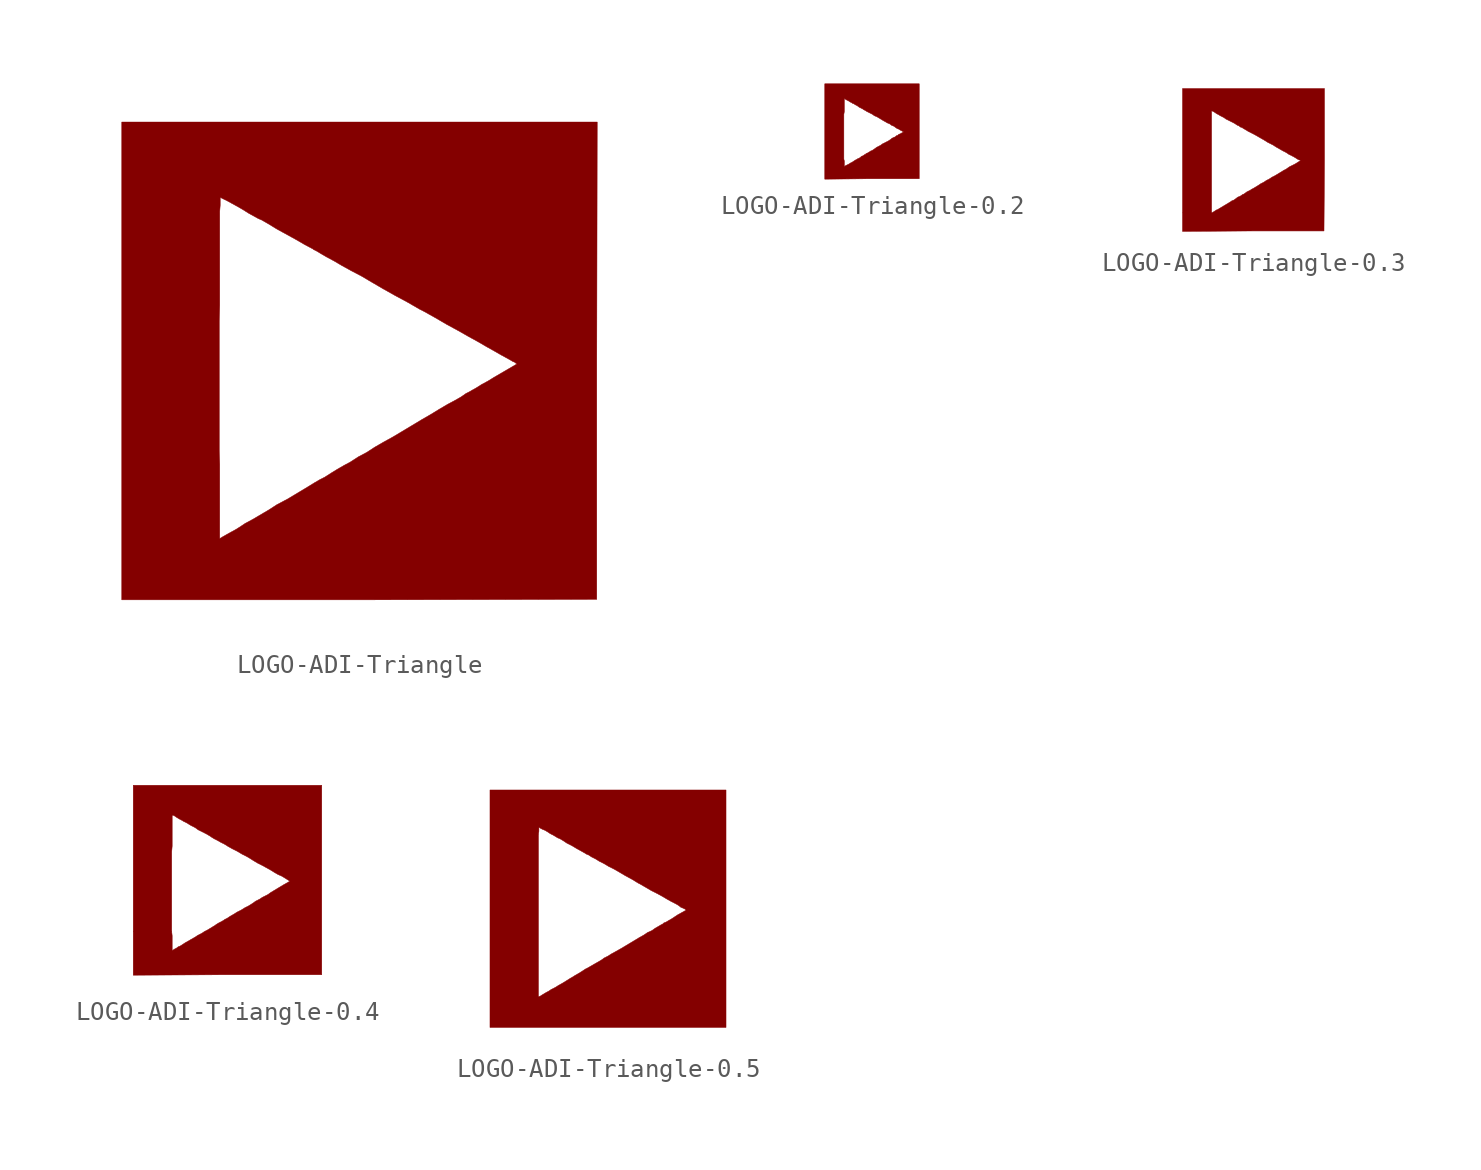
<source format=kicad_sym>
(kicad_symbol_lib
  (version 20201005)
  (generator kicad_symbol_editor)
  (symbol "LOGO-ADI-Triangle"
    (pin_names
      (offset 1.016))
    (property "Reference" "#G"
      (at 0 -11.963 0)
      (effects (font (size 1.524 1.524)) hide))
    (symbol "LOGO-ADI-Triangle_0_0"
      (polyline (pts (xy 12.675 -12.776) (xy 12.675 -0.025) (xy 12.7 12.725) (xy -12.7 12.725) (xy -12.7 -4.826) (xy -7.493 -4.826) (xy -7.493 2.083) (xy -7.468 2.946) (xy -7.468 7.95) (xy -7.442 8.28) (xy -7.442 8.712) (xy -7.366 8.661) (xy -7.01 8.484) (xy -6.782 8.357) (xy -6.502 8.204) (xy -6.198 8.026) (xy -5.918 7.849) (xy -5.639 7.696) (xy -5.41 7.569) (xy -5.232 7.493) (xy -4.877 7.29) (xy -4.42 7.01) (xy -3.404 6.452) (xy -2.921 6.172) (xy -2.489 5.944) (xy -2.464 5.918) (xy -2.311 5.842) (xy -2.057 5.69) (xy -1.753 5.512) (xy -1.372 5.309) (xy -0.94 5.055) (xy -0.432 4.775) (xy 0.102 4.496) (xy 0.66 4.166) (xy 1.27 3.81) (xy 1.905 3.454) (xy 2.565 3.099) (xy 3.226 2.718) (xy 3.429 2.616) (xy 4.064 2.261) (xy 4.674 1.905) (xy 5.283 1.575) (xy 5.817 1.27) (xy 6.325 0.991) (xy 6.807 0.711) (xy 7.214 0.483) (xy 7.569 0.279) (xy 7.849 0.127) (xy 8.077 0) (xy 8.204 -0.076) (xy 8.28 -0.102) (xy 8.407 -0.203) (xy 7.188 -0.914) (xy 6.858 -1.118) (xy 6.528 -1.295) (xy 6.248 -1.473) (xy 6.02 -1.6) (xy 5.893 -1.676) (xy 5.69 -1.778) (xy 5.436 -1.956) (xy 5.08 -2.159) (xy 4.699 -2.362) (xy 4.267 -2.616) (xy 3.81 -2.896) (xy 3.327 -3.175) (xy 1.803 -4.089) (xy 1.295 -4.369) (xy 0.813 -4.648) (xy 0.381 -4.928) (xy -0.051 -5.156) (xy -0.406 -5.385) (xy -0.483 -5.436) (xy -0.813 -5.613) (xy -1.168 -5.817) (xy -1.499 -6.02) (xy -1.778 -6.198) (xy -1.854 -6.248) (xy -2.108 -6.375) (xy -2.413 -6.553) (xy -2.743 -6.756) (xy -3.886 -7.442) (xy -3.988 -7.493) (xy -4.42 -7.722) (xy -4.851 -8.001) (xy -5.715 -8.509) (xy -6.096 -8.712) (xy -6.401 -8.915) (xy -6.604 -9.042) (xy -6.883 -9.195) (xy -7.112 -9.322) (xy -7.29 -9.423) (xy -7.417 -9.5) (xy -7.468 -9.525) (xy -7.468 -5.563) (xy -7.493 -4.826) (xy -12.7 -4.826) (xy -12.7 -12.802) (xy -0.025 -12.802) (xy 12.675 -12.776)) (stroke (width 0.025)) (fill (type outline)))))
  (symbol "LOGO-ADI-Triangle-0.2"
    (pin_names
      (offset 1.016))
    (property "Reference" "#G"
      (at 0 -1.753 0)
      (effects (font (size 1.524 1.524)) hide))
    (symbol "LOGO-ADI-Triangle-0.2_0_0"
      (polyline (pts (xy 0 -2.54) (xy 2.515 -2.54) (xy 2.515 2.515) (xy -2.515 2.515) (xy -2.515 -1.499) (xy -1.499 -1.499) (xy -1.499 0.889) (xy -1.473 1.041) (xy -1.473 1.727) (xy -1.422 1.702) (xy -1.397 1.676) (xy -1.245 1.6) (xy -1.168 1.549) (xy -1.067 1.499) (xy -1.041 1.473) (xy -0.965 1.448) (xy -0.889 1.397) (xy -0.787 1.346) (xy -0.686 1.27) (xy -0.483 1.168) (xy -0.457 1.143) (xy -0.356 1.092) (xy -0.279 1.041) (xy 0.025 0.889) (xy 0.127 0.813) (xy 0.254 0.762) (xy 0.635 0.533) (xy 0.686 0.508) (xy 0.813 0.432) (xy 0.94 0.381) (xy 1.041 0.305) (xy 1.168 0.254) (xy 1.27 0.178) (xy 1.346 0.127) (xy 1.422 0.102) (xy 1.499 0.051) (xy 1.6 0) (xy 1.626 -0.025) (xy 1.651 -0.025) (xy 1.676 -0.051) (xy 1.499 -0.152) (xy 1.422 -0.178) (xy 1.372 -0.229) (xy 1.295 -0.254) (xy 1.245 -0.305) (xy 1.194 -0.33) (xy 1.168 -0.33) (xy 1.143 -0.356) (xy 1.067 -0.381) (xy 1.016 -0.432) (xy 0.864 -0.533) (xy 0.559 -0.686) (xy 0.457 -0.762) (xy 0.254 -0.864) (xy 0.152 -0.94) (xy 0 -1.041) (xy -0.076 -1.067) (xy -0.102 -1.092) (xy -0.152 -1.118) (xy -0.229 -1.168) (xy -0.305 -1.194) (xy -0.356 -1.245) (xy -0.381 -1.245) (xy -0.406 -1.27) (xy -0.483 -1.321) (xy -0.559 -1.346) (xy -0.61 -1.397) (xy -0.686 -1.448) (xy -0.762 -1.473) (xy -0.787 -1.499) (xy -0.889 -1.549) (xy -1.041 -1.651) (xy -1.143 -1.702) (xy -1.219 -1.753) (xy -1.422 -1.854) (xy -1.473 -1.905) (xy -1.473 -1.6) (xy -1.499 -1.499) (xy -2.515 -1.499) (xy -2.515 -2.565) (xy 0 -2.54)) (stroke (width 0.025)) (fill (type outline)))))
  (symbol "LOGO-ADI-Triangle-0.3"
    (pin_names
      (offset 1.016))
    (property "Reference" "#G"
      (at 0 -3.023 0)
      (effects (font (size 1.524 1.524)) hide))
    (symbol "LOGO-ADI-Triangle-0.3_0_0"
      (polyline (pts (xy -0.025 -3.81) (xy 3.759 -3.81) (xy 3.785 0) (xy 3.785 3.785) (xy -3.785 3.785) (xy -3.785 -2.845) (xy -2.235 -2.845) (xy -2.235 2.591) (xy -2.21 2.591) (xy -2.108 2.54) (xy -1.956 2.438) (xy -1.854 2.388) (xy -1.778 2.337) (xy -1.575 2.235) (xy -1.473 2.159) (xy -1.016 1.93) (xy -0.864 1.829) (xy -0.737 1.778) (xy -0.737 1.753) (xy -0.686 1.727) (xy -0.61 1.702) (xy -0.533 1.651) (xy -0.279 1.499) (xy 0.025 1.346) (xy 0.559 1.041) (xy 0.762 0.914) (xy 1.016 0.787) (xy 1.219 0.66) (xy 1.575 0.457) (xy 1.727 0.381) (xy 1.88 0.279) (xy 2.134 0.152) (xy 2.261 0.076) (xy 2.337 0.025) (xy 2.438 -0.025) (xy 2.464 -0.025) (xy 2.515 -0.051) (xy 2.235 -0.229) (xy 1.93 -0.381) (xy 1.778 -0.483) (xy 1.753 -0.508) (xy 1.6 -0.584) (xy 1.524 -0.635) (xy 1.143 -0.864) (xy 0.991 -0.94) (xy 0.838 -1.041) (xy 0.686 -1.118) (xy 0.533 -1.219) (xy 0.381 -1.295) (xy 0.229 -1.397) (xy -0.025 -1.549) (xy -0.127 -1.6) (xy -0.152 -1.626) (xy -0.356 -1.727) (xy -0.457 -1.803) (xy -0.533 -1.854) (xy -0.559 -1.854) (xy -0.711 -1.956) (xy -0.838 -2.007) (xy -1.041 -2.159) (xy -1.168 -2.21) (xy -1.194 -2.235) (xy -1.829 -2.616) (xy -1.905 -2.667) (xy -1.981 -2.692) (xy -2.134 -2.794) (xy -2.184 -2.819) (xy -2.21 -2.845) (xy -2.235 -2.845) (xy -3.785 -2.845) (xy -3.785 -3.835) (xy -0.025 -3.81)) (stroke (width 0.025)) (fill (type outline)))))
  (symbol "LOGO-ADI-Triangle-0.4"
    (pin_names
      (offset 1.016))
    (property "Reference" "#G"
      (at 0 -4.293 0)
      (effects (font (size 1.524 1.524)) hide))
    (symbol "LOGO-ADI-Triangle-0.4_0_0"
      (polyline (pts (xy 0 -5.08) (xy 5.055 -5.08) (xy 5.055 5.055) (xy -5.029 5.055) (xy -5.029 -2.769) (xy -2.972 -2.769) (xy -2.972 1.499) (xy -2.946 1.803) (xy -2.946 3.454) (xy -2.921 3.454) (xy -2.845 3.429) (xy -2.692 3.327) (xy -2.565 3.251) (xy -2.464 3.2) (xy -2.337 3.124) (xy -2.134 3.023) (xy -2.057 2.972) (xy -1.93 2.896) (xy -1.727 2.794) (xy -1.549 2.667) (xy -1.143 2.464) (xy -0.965 2.362) (xy -0.813 2.261) (xy -0.686 2.184) (xy -0.533 2.108) (xy -0.356 2.007) (xy -0.152 1.905) (xy 0.051 1.778) (xy 0.279 1.651) (xy 0.533 1.524) (xy 0.787 1.372) (xy 1.041 1.245) (xy 1.295 1.092) (xy 1.372 1.041) (xy 1.626 0.889) (xy 1.88 0.762) (xy 2.337 0.508) (xy 2.54 0.381) (xy 2.718 0.279) (xy 2.896 0.203) (xy 3.15 0.051) (xy 3.226 0) (xy 3.277 -0.025) (xy 3.302 -0.051) (xy 3.353 -0.076) (xy 2.997 -0.279) (xy 2.489 -0.584) (xy 2.413 -0.635) (xy 2.362 -0.66) (xy 2.286 -0.711) (xy 2.184 -0.787) (xy 1.88 -0.94) (xy 1.727 -1.041) (xy 1.524 -1.143) (xy 1.346 -1.27) (xy 1.143 -1.397) (xy 0.94 -1.499) (xy 0.737 -1.626) (xy 0.533 -1.727) (xy 0.33 -1.854) (xy 0.152 -1.956) (xy 0 -2.057) (xy -0.152 -2.134) (xy -0.178 -2.159) (xy -0.305 -2.235) (xy -0.457 -2.311) (xy -0.584 -2.388) (xy -0.686 -2.464) (xy -0.737 -2.489) (xy -0.813 -2.54) (xy -1.067 -2.692) (xy -1.219 -2.769) (xy -1.372 -2.87) (xy -1.575 -2.972) (xy -1.727 -3.073) (xy -2.261 -3.378) (xy -2.413 -3.48) (xy -2.54 -3.556) (xy -2.616 -3.581) (xy -2.718 -3.658) (xy -2.819 -3.708) (xy -2.896 -3.759) (xy -2.946 -3.785) (xy -2.946 -2.997) (xy -2.972 -2.769) (xy -5.029 -2.769) (xy -5.029 -5.105) (xy 0 -5.08)) (stroke (width 0.025)) (fill (type outline)))))
  (symbol "LOGO-ADI-Triangle-0.5"
    (pin_names
      (offset 1.016))
    (property "Reference" "#G"
      (at 0 -5.563 0)
      (effects (font (size 1.524 1.524)) hide))
    (symbol "LOGO-ADI-Triangle-0.5_0_0"
      (polyline (pts (xy 6.325 6.325) (xy -6.299 6.325) (xy -6.299 3.962) (xy -3.708 3.962) (xy -3.683 4.115) (xy -3.683 4.318) (xy -3.658 4.318) (xy -3.581 4.267) (xy -3.48 4.216) (xy -3.353 4.166) (xy -3.226 4.089) (xy -3.073 3.988) (xy -2.921 3.912) (xy -2.667 3.759) (xy -2.591 3.734) (xy -2.413 3.632) (xy -2.184 3.48) (xy -1.93 3.353) (xy -1.676 3.2) (xy -1.219 2.946) (xy -1.143 2.896) (xy -1.016 2.845) (xy -0.864 2.743) (xy -0.66 2.642) (xy -0.457 2.515) (xy -0.203 2.388) (xy 0.051 2.235) (xy 0.356 2.083) (xy 0.965 1.727) (xy 1.295 1.549) (xy 1.626 1.346) (xy 1.727 1.295) (xy 2.337 0.94) (xy 2.642 0.787) (xy 2.921 0.635) (xy 3.175 0.483) (xy 3.404 0.356) (xy 3.607 0.254) (xy 3.785 0.152) (xy 3.912 0.051) (xy 4.039 0) (xy 4.14 -0.051) (xy 4.191 -0.102) (xy 3.734 -0.356) (xy 3.429 -0.559) (xy 3.251 -0.66) (xy 3.124 -0.737) (xy 2.997 -0.787) (xy 2.946 -0.838) (xy 2.845 -0.889) (xy 2.718 -0.965) (xy 2.54 -1.067) (xy 2.362 -1.194) (xy 2.134 -1.295) (xy 1.905 -1.448) (xy 1.676 -1.575) (xy 0.66 -2.184) (xy 0.203 -2.438) (xy 0 -2.565) (xy -0.203 -2.667) (xy -0.229 -2.692) (xy -0.381 -2.794) (xy -0.737 -2.997) (xy -0.864 -3.073) (xy -0.914 -3.099) (xy -1.041 -3.175) (xy -1.194 -3.251) (xy -1.346 -3.353) (xy -1.549 -3.48) (xy -1.727 -3.581) (xy -1.93 -3.708) (xy -1.981 -3.734) (xy -2.388 -3.988) (xy -2.616 -4.115) (xy -2.819 -4.242) (xy -3.023 -4.343) (xy -3.175 -4.445) (xy -3.277 -4.496) (xy -3.531 -4.648) (xy -3.607 -4.699) (xy -3.683 -4.724) (xy -3.708 -4.75) (xy -3.708 3.962) (xy -6.299 3.962) (xy -6.299 -6.375) (xy 6.325 -6.375) (xy 6.325 6.325)) (stroke (width 0.025)) (fill (type outline))))))
</source>
